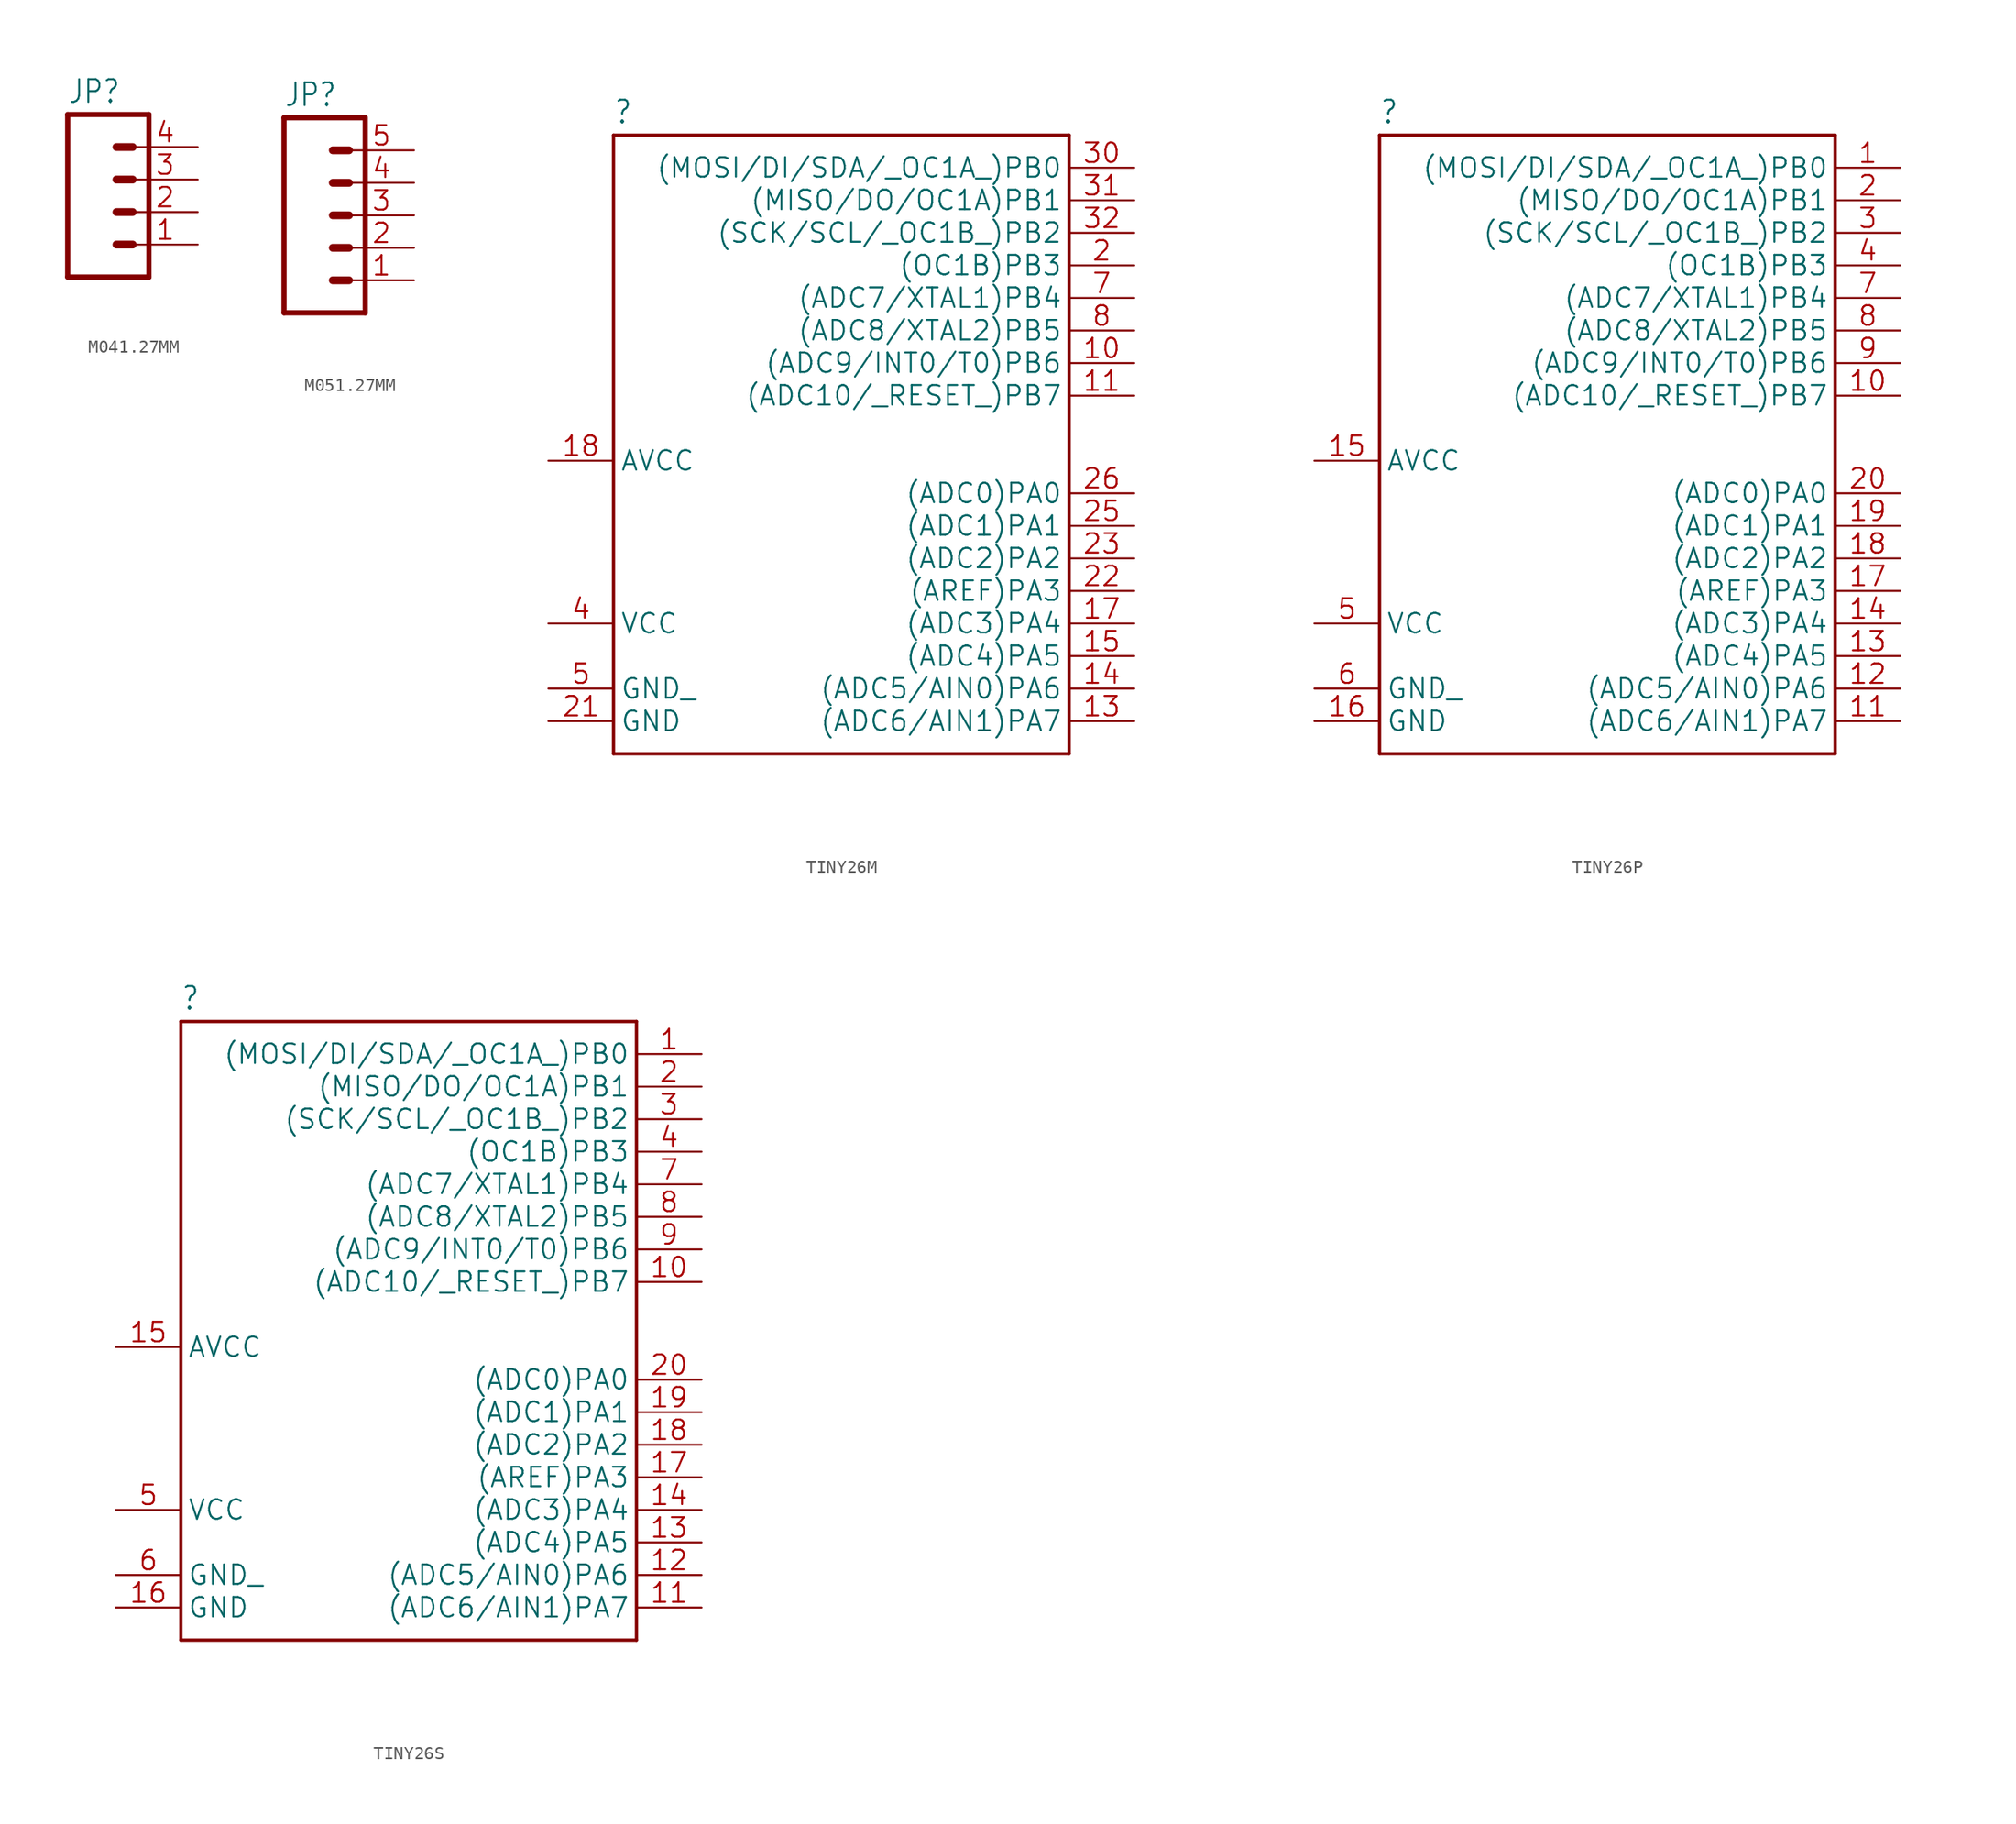
<source format=kicad_sym>
(kicad_symbol_lib
  (version 20241209)
  (generator "kicad_symbol_editor")
  (generator_version "9.0")
  (symbol "M041.27MM"
    (property "Reference" "JP"
      (at -5.08 8.382 0)
      (effects (font (size 1.778 1.511)) (justify left bottom)))
    (property "Value" ""
      (at -5.08 -7.62 0)
      (effects (font (size 1.778 1.511)) (justify left bottom)))
    (property "ki_locked" ""
      (at 0 0 0)
      (effects (font (size 1.27 1.27))))
    (symbol "M041.27MM_1_0"
      (polyline (pts (xy -5.08 7.62) (xy -5.08 -5.08)) (stroke (width 0.406) (type solid)) (fill (type none)))
      (polyline (pts (xy -5.08 7.62) (xy 1.27 7.62)) (stroke (width 0.406) (type solid)) (fill (type none)))
      (polyline (pts (xy -1.27 5.08) (xy 0 5.08)) (stroke (width 0.61) (type solid)) (fill (type none)))
      (polyline (pts (xy -1.27 2.54) (xy 0 2.54)) (stroke (width 0.61) (type solid)) (fill (type none)))
      (polyline (pts (xy -1.27 0) (xy 0 0)) (stroke (width 0.61) (type solid)) (fill (type none)))
      (polyline (pts (xy -1.27 -2.54) (xy 0 -2.54)) (stroke (width 0.61) (type solid)) (fill (type none)))
      (polyline (pts (xy 1.27 -5.08) (xy -5.08 -5.08)) (stroke (width 0.406) (type solid)) (fill (type none)))
      (polyline (pts (xy 1.27 -5.08) (xy 1.27 7.62)) (stroke (width 0.406) (type solid)) (fill (type none)))
      (pin passive line (at 5.08 5.08 180) (length 5.08) (name "4" (effects (font (size 0 0)))) (number "4" (effects (font (size 1.524 1.524)))))
      (pin passive line (at 5.08 2.54 180) (length 5.08) (name "3" (effects (font (size 0 0)))) (number "3" (effects (font (size 1.524 1.524)))))
      (pin passive line (at 5.08 0 180) (length 5.08) (name "2" (effects (font (size 0 0)))) (number "2" (effects (font (size 1.524 1.524)))))
      (pin passive line (at 5.08 -2.54 180) (length 5.08) (name "1" (effects (font (size 0 0)))) (number "1" (effects (font (size 1.524 1.524)))))))
  (symbol "M051.27MM"
    (property "Reference" "JP"
      (at -2.54 8.382 0)
      (effects (font (size 1.778 1.511)) (justify left bottom)))
    (property "Value" ""
      (at -2.54 -10.16 0)
      (effects (font (size 1.778 1.511)) (justify left bottom)))
    (property "ki_locked" ""
      (at 0 0 0)
      (effects (font (size 1.27 1.27))))
    (symbol "M051.27MM_1_0"
      (polyline (pts (xy -2.54 7.62) (xy -2.54 -7.62)) (stroke (width 0.406) (type solid)) (fill (type none)))
      (polyline (pts (xy -2.54 7.62) (xy 3.81 7.62)) (stroke (width 0.406) (type solid)) (fill (type none)))
      (polyline (pts (xy 1.27 5.08) (xy 2.54 5.08)) (stroke (width 0.61) (type solid)) (fill (type none)))
      (polyline (pts (xy 1.27 2.54) (xy 2.54 2.54)) (stroke (width 0.61) (type solid)) (fill (type none)))
      (polyline (pts (xy 1.27 0) (xy 2.54 0)) (stroke (width 0.61) (type solid)) (fill (type none)))
      (polyline (pts (xy 1.27 -2.54) (xy 2.54 -2.54)) (stroke (width 0.61) (type solid)) (fill (type none)))
      (polyline (pts (xy 1.27 -5.08) (xy 2.54 -5.08)) (stroke (width 0.61) (type solid)) (fill (type none)))
      (polyline (pts (xy 3.81 -7.62) (xy -2.54 -7.62)) (stroke (width 0.406) (type solid)) (fill (type none)))
      (polyline (pts (xy 3.81 -7.62) (xy 3.81 7.62)) (stroke (width 0.406) (type solid)) (fill (type none)))
      (pin passive line (at 7.62 5.08 180) (length 5.08) (name "5" (effects (font (size 0 0)))) (number "5" (effects (font (size 1.524 1.524)))))
      (pin passive line (at 7.62 2.54 180) (length 5.08) (name "4" (effects (font (size 0 0)))) (number "4" (effects (font (size 1.524 1.524)))))
      (pin passive line (at 7.62 0 180) (length 5.08) (name "3" (effects (font (size 0 0)))) (number "3" (effects (font (size 1.524 1.524)))))
      (pin passive line (at 7.62 -2.54 180) (length 5.08) (name "2" (effects (font (size 0 0)))) (number "2" (effects (font (size 1.524 1.524)))))
      (pin passive line (at 7.62 -5.08 180) (length 5.08) (name "1" (effects (font (size 0 0)))) (number "1" (effects (font (size 1.524 1.524)))))))
  (symbol "TINY26M"
    (property "Reference" ""
      (at -17.78 23.622 0)
      (effects (font (size 1.778 1.511)) (justify left bottom)))
    (property "Value" ""
      (at -20.32 -27.94 0)
      (effects (font (size 1.778 1.511)) (justify left bottom)))
    (property "ki_locked" ""
      (at 0 0 0)
      (effects (font (size 1.27 1.27))))
    (symbol "TINY26M_1_0"
      (polyline (pts (xy -17.78 22.86) (xy 17.78 22.86)) (stroke (width 0.254) (type solid)) (fill (type none)))
      (polyline (pts (xy -17.78 -25.4) (xy -17.78 22.86)) (stroke (width 0.254) (type solid)) (fill (type none)))
      (polyline (pts (xy 17.78 22.86) (xy 17.78 -25.4)) (stroke (width 0.254) (type solid)) (fill (type none)))
      (polyline (pts (xy 17.78 -25.4) (xy -17.78 -25.4)) (stroke (width 0.254) (type solid)) (fill (type none)))
      (pin power_in line (at -22.86 -2.54 0) (length 5.08) (name "AVCC" (effects (font (size 1.524 1.524)))) (number "18" (effects (font (size 1.524 1.524)))))
      (pin power_in line (at -22.86 -15.24 0) (length 5.08) (name "VCC" (effects (font (size 1.524 1.524)))) (number "4" (effects (font (size 1.524 1.524)))))
      (pin power_in line (at -22.86 -20.32 0) (length 5.08) (name "GND_" (effects (font (size 1.524 1.524)))) (number "5" (effects (font (size 1.524 1.524)))))
      (pin power_in line (at -22.86 -22.86 0) (length 5.08) (name "GND" (effects (font (size 1.524 1.524)))) (number "21" (effects (font (size 1.524 1.524)))))
      (pin bidirectional line (at 22.86 20.32 180) (length 5.08) (name "(MOSI/DI/SDA/_OC1A_)PB0" (effects (font (size 1.524 1.524)))) (number "30" (effects (font (size 1.524 1.524)))))
      (pin bidirectional line (at 22.86 17.78 180) (length 5.08) (name "(MISO/DO/OC1A)PB1" (effects (font (size 1.524 1.524)))) (number "31" (effects (font (size 1.524 1.524)))))
      (pin bidirectional line (at 22.86 15.24 180) (length 5.08) (name "(SCK/SCL/_OC1B_)PB2" (effects (font (size 1.524 1.524)))) (number "32" (effects (font (size 1.524 1.524)))))
      (pin bidirectional line (at 22.86 12.7 180) (length 5.08) (name "(OC1B)PB3" (effects (font (size 1.524 1.524)))) (number "2" (effects (font (size 1.524 1.524)))))
      (pin bidirectional line (at 22.86 10.16 180) (length 5.08) (name "(ADC7/XTAL1)PB4" (effects (font (size 1.524 1.524)))) (number "7" (effects (font (size 1.524 1.524)))))
      (pin bidirectional line (at 22.86 7.62 180) (length 5.08) (name "(ADC8/XTAL2)PB5" (effects (font (size 1.524 1.524)))) (number "8" (effects (font (size 1.524 1.524)))))
      (pin bidirectional line (at 22.86 5.08 180) (length 5.08) (name "(ADC9/INT0/T0)PB6" (effects (font (size 1.524 1.524)))) (number "10" (effects (font (size 1.524 1.524)))))
      (pin bidirectional line (at 22.86 2.54 180) (length 5.08) (name "(ADC10/_RESET_)PB7" (effects (font (size 1.524 1.524)))) (number "11" (effects (font (size 1.524 1.524)))))
      (pin bidirectional line (at 22.86 -5.08 180) (length 5.08) (name "(ADC0)PA0" (effects (font (size 1.524 1.524)))) (number "26" (effects (font (size 1.524 1.524)))))
      (pin bidirectional line (at 22.86 -7.62 180) (length 5.08) (name "(ADC1)PA1" (effects (font (size 1.524 1.524)))) (number "25" (effects (font (size 1.524 1.524)))))
      (pin bidirectional line (at 22.86 -10.16 180) (length 5.08) (name "(ADC2)PA2" (effects (font (size 1.524 1.524)))) (number "23" (effects (font (size 1.524 1.524)))))
      (pin bidirectional line (at 22.86 -12.7 180) (length 5.08) (name "(AREF)PA3" (effects (font (size 1.524 1.524)))) (number "22" (effects (font (size 1.524 1.524)))))
      (pin bidirectional line (at 22.86 -15.24 180) (length 5.08) (name "(ADC3)PA4" (effects (font (size 1.524 1.524)))) (number "17" (effects (font (size 1.524 1.524)))))
      (pin bidirectional line (at 22.86 -17.78 180) (length 5.08) (name "(ADC4)PA5" (effects (font (size 1.524 1.524)))) (number "15" (effects (font (size 1.524 1.524)))))
      (pin bidirectional line (at 22.86 -20.32 180) (length 5.08) (name "(ADC5/AIN0)PA6" (effects (font (size 1.524 1.524)))) (number "14" (effects (font (size 1.524 1.524)))))
      (pin bidirectional line (at 22.86 -22.86 180) (length 5.08) (name "(ADC6/AIN1)PA7" (effects (font (size 1.524 1.524)))) (number "13" (effects (font (size 1.524 1.524)))))))
  (symbol "TINY26P"
    (property "Reference" ""
      (at -17.78 23.622 0)
      (effects (font (size 1.778 1.511)) (justify left bottom)))
    (property "Value" ""
      (at -20.32 -27.94 0)
      (effects (font (size 1.778 1.511)) (justify left bottom)))
    (property "ki_locked" ""
      (at 0 0 0)
      (effects (font (size 1.27 1.27))))
    (symbol "TINY26P_1_0"
      (polyline (pts (xy -17.78 22.86) (xy 17.78 22.86)) (stroke (width 0.254) (type solid)) (fill (type none)))
      (polyline (pts (xy -17.78 -25.4) (xy -17.78 22.86)) (stroke (width 0.254) (type solid)) (fill (type none)))
      (polyline (pts (xy 17.78 22.86) (xy 17.78 -25.4)) (stroke (width 0.254) (type solid)) (fill (type none)))
      (polyline (pts (xy 17.78 -25.4) (xy -17.78 -25.4)) (stroke (width 0.254) (type solid)) (fill (type none)))
      (pin power_in line (at -22.86 -2.54 0) (length 5.08) (name "AVCC" (effects (font (size 1.524 1.524)))) (number "15" (effects (font (size 1.524 1.524)))))
      (pin power_in line (at -22.86 -15.24 0) (length 5.08) (name "VCC" (effects (font (size 1.524 1.524)))) (number "5" (effects (font (size 1.524 1.524)))))
      (pin power_in line (at -22.86 -20.32 0) (length 5.08) (name "GND_" (effects (font (size 1.524 1.524)))) (number "6" (effects (font (size 1.524 1.524)))))
      (pin power_in line (at -22.86 -22.86 0) (length 5.08) (name "GND" (effects (font (size 1.524 1.524)))) (number "16" (effects (font (size 1.524 1.524)))))
      (pin bidirectional line (at 22.86 20.32 180) (length 5.08) (name "(MOSI/DI/SDA/_OC1A_)PB0" (effects (font (size 1.524 1.524)))) (number "1" (effects (font (size 1.524 1.524)))))
      (pin bidirectional line (at 22.86 17.78 180) (length 5.08) (name "(MISO/DO/OC1A)PB1" (effects (font (size 1.524 1.524)))) (number "2" (effects (font (size 1.524 1.524)))))
      (pin bidirectional line (at 22.86 15.24 180) (length 5.08) (name "(SCK/SCL/_OC1B_)PB2" (effects (font (size 1.524 1.524)))) (number "3" (effects (font (size 1.524 1.524)))))
      (pin bidirectional line (at 22.86 12.7 180) (length 5.08) (name "(OC1B)PB3" (effects (font (size 1.524 1.524)))) (number "4" (effects (font (size 1.524 1.524)))))
      (pin bidirectional line (at 22.86 10.16 180) (length 5.08) (name "(ADC7/XTAL1)PB4" (effects (font (size 1.524 1.524)))) (number "7" (effects (font (size 1.524 1.524)))))
      (pin bidirectional line (at 22.86 7.62 180) (length 5.08) (name "(ADC8/XTAL2)PB5" (effects (font (size 1.524 1.524)))) (number "8" (effects (font (size 1.524 1.524)))))
      (pin bidirectional line (at 22.86 5.08 180) (length 5.08) (name "(ADC9/INT0/T0)PB6" (effects (font (size 1.524 1.524)))) (number "9" (effects (font (size 1.524 1.524)))))
      (pin bidirectional line (at 22.86 2.54 180) (length 5.08) (name "(ADC10/_RESET_)PB7" (effects (font (size 1.524 1.524)))) (number "10" (effects (font (size 1.524 1.524)))))
      (pin bidirectional line (at 22.86 -5.08 180) (length 5.08) (name "(ADC0)PA0" (effects (font (size 1.524 1.524)))) (number "20" (effects (font (size 1.524 1.524)))))
      (pin bidirectional line (at 22.86 -7.62 180) (length 5.08) (name "(ADC1)PA1" (effects (font (size 1.524 1.524)))) (number "19" (effects (font (size 1.524 1.524)))))
      (pin bidirectional line (at 22.86 -10.16 180) (length 5.08) (name "(ADC2)PA2" (effects (font (size 1.524 1.524)))) (number "18" (effects (font (size 1.524 1.524)))))
      (pin bidirectional line (at 22.86 -12.7 180) (length 5.08) (name "(AREF)PA3" (effects (font (size 1.524 1.524)))) (number "17" (effects (font (size 1.524 1.524)))))
      (pin bidirectional line (at 22.86 -15.24 180) (length 5.08) (name "(ADC3)PA4" (effects (font (size 1.524 1.524)))) (number "14" (effects (font (size 1.524 1.524)))))
      (pin bidirectional line (at 22.86 -17.78 180) (length 5.08) (name "(ADC4)PA5" (effects (font (size 1.524 1.524)))) (number "13" (effects (font (size 1.524 1.524)))))
      (pin bidirectional line (at 22.86 -20.32 180) (length 5.08) (name "(ADC5/AIN0)PA6" (effects (font (size 1.524 1.524)))) (number "12" (effects (font (size 1.524 1.524)))))
      (pin bidirectional line (at 22.86 -22.86 180) (length 5.08) (name "(ADC6/AIN1)PA7" (effects (font (size 1.524 1.524)))) (number "11" (effects (font (size 1.524 1.524)))))))
  (symbol "TINY26S"
    (property "Reference" ""
      (at -17.78 23.622 0)
      (effects (font (size 1.778 1.511)) (justify left bottom)))
    (property "Value" ""
      (at -20.32 -27.94 0)
      (effects (font (size 1.778 1.511)) (justify left bottom)))
    (property "ki_locked" ""
      (at 0 0 0)
      (effects (font (size 1.27 1.27))))
    (symbol "TINY26S_1_0"
      (polyline (pts (xy -17.78 22.86) (xy 17.78 22.86)) (stroke (width 0.254) (type solid)) (fill (type none)))
      (polyline (pts (xy -17.78 -25.4) (xy -17.78 22.86)) (stroke (width 0.254) (type solid)) (fill (type none)))
      (polyline (pts (xy 17.78 22.86) (xy 17.78 -25.4)) (stroke (width 0.254) (type solid)) (fill (type none)))
      (polyline (pts (xy 17.78 -25.4) (xy -17.78 -25.4)) (stroke (width 0.254) (type solid)) (fill (type none)))
      (pin power_in line (at -22.86 -2.54 0) (length 5.08) (name "AVCC" (effects (font (size 1.524 1.524)))) (number "15" (effects (font (size 1.524 1.524)))))
      (pin power_in line (at -22.86 -15.24 0) (length 5.08) (name "VCC" (effects (font (size 1.524 1.524)))) (number "5" (effects (font (size 1.524 1.524)))))
      (pin power_in line (at -22.86 -20.32 0) (length 5.08) (name "GND_" (effects (font (size 1.524 1.524)))) (number "6" (effects (font (size 1.524 1.524)))))
      (pin power_in line (at -22.86 -22.86 0) (length 5.08) (name "GND" (effects (font (size 1.524 1.524)))) (number "16" (effects (font (size 1.524 1.524)))))
      (pin bidirectional line (at 22.86 20.32 180) (length 5.08) (name "(MOSI/DI/SDA/_OC1A_)PB0" (effects (font (size 1.524 1.524)))) (number "1" (effects (font (size 1.524 1.524)))))
      (pin bidirectional line (at 22.86 17.78 180) (length 5.08) (name "(MISO/DO/OC1A)PB1" (effects (font (size 1.524 1.524)))) (number "2" (effects (font (size 1.524 1.524)))))
      (pin bidirectional line (at 22.86 15.24 180) (length 5.08) (name "(SCK/SCL/_OC1B_)PB2" (effects (font (size 1.524 1.524)))) (number "3" (effects (font (size 1.524 1.524)))))
      (pin bidirectional line (at 22.86 12.7 180) (length 5.08) (name "(OC1B)PB3" (effects (font (size 1.524 1.524)))) (number "4" (effects (font (size 1.524 1.524)))))
      (pin bidirectional line (at 22.86 10.16 180) (length 5.08) (name "(ADC7/XTAL1)PB4" (effects (font (size 1.524 1.524)))) (number "7" (effects (font (size 1.524 1.524)))))
      (pin bidirectional line (at 22.86 7.62 180) (length 5.08) (name "(ADC8/XTAL2)PB5" (effects (font (size 1.524 1.524)))) (number "8" (effects (font (size 1.524 1.524)))))
      (pin bidirectional line (at 22.86 5.08 180) (length 5.08) (name "(ADC9/INT0/T0)PB6" (effects (font (size 1.524 1.524)))) (number "9" (effects (font (size 1.524 1.524)))))
      (pin bidirectional line (at 22.86 2.54 180) (length 5.08) (name "(ADC10/_RESET_)PB7" (effects (font (size 1.524 1.524)))) (number "10" (effects (font (size 1.524 1.524)))))
      (pin bidirectional line (at 22.86 -5.08 180) (length 5.08) (name "(ADC0)PA0" (effects (font (size 1.524 1.524)))) (number "20" (effects (font (size 1.524 1.524)))))
      (pin bidirectional line (at 22.86 -7.62 180) (length 5.08) (name "(ADC1)PA1" (effects (font (size 1.524 1.524)))) (number "19" (effects (font (size 1.524 1.524)))))
      (pin bidirectional line (at 22.86 -10.16 180) (length 5.08) (name "(ADC2)PA2" (effects (font (size 1.524 1.524)))) (number "18" (effects (font (size 1.524 1.524)))))
      (pin bidirectional line (at 22.86 -12.7 180) (length 5.08) (name "(AREF)PA3" (effects (font (size 1.524 1.524)))) (number "17" (effects (font (size 1.524 1.524)))))
      (pin bidirectional line (at 22.86 -15.24 180) (length 5.08) (name "(ADC3)PA4" (effects (font (size 1.524 1.524)))) (number "14" (effects (font (size 1.524 1.524)))))
      (pin bidirectional line (at 22.86 -17.78 180) (length 5.08) (name "(ADC4)PA5" (effects (font (size 1.524 1.524)))) (number "13" (effects (font (size 1.524 1.524)))))
      (pin bidirectional line (at 22.86 -20.32 180) (length 5.08) (name "(ADC5/AIN0)PA6" (effects (font (size 1.524 1.524)))) (number "12" (effects (font (size 1.524 1.524)))))
      (pin bidirectional line (at 22.86 -22.86 180) (length 5.08) (name "(ADC6/AIN1)PA7" (effects (font (size 1.524 1.524)))) (number "11" (effects (font (size 1.524 1.524))))))))
</source>
